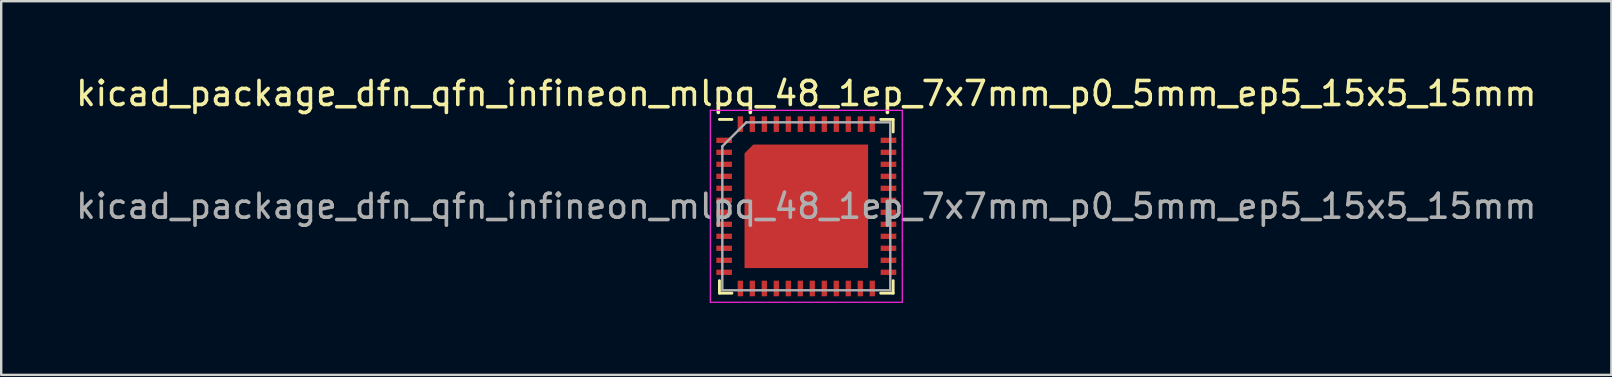
<source format=kicad_pcb>
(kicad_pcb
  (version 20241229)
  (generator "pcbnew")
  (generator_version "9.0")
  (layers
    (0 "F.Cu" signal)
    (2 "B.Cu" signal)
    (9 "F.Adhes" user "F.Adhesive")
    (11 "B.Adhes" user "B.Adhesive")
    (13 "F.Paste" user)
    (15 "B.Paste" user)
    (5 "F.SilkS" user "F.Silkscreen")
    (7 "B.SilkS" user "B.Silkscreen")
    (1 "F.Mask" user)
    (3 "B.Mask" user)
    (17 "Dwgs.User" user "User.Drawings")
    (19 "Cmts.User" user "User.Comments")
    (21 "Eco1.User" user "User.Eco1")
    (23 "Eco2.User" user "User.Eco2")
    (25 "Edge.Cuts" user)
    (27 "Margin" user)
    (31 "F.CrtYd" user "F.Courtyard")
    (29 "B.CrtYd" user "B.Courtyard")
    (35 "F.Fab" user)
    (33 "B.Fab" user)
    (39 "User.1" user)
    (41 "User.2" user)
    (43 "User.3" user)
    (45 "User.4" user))
  (footprint "kicad_package_dfn_qfn_infineon_mlpq_48_1ep_7x7mm_p0_5mm_ep5_15x5_15mm"
    (layer "F.Cu")
    (at 30.554 5.548)
    (property "Reference" "kicad_package_dfn_qfn_infineon_mlpq_48_1ep_7x7mm_p0_5mm_ep5_15x5_15mm" (at 0 -4.7 0) (layer "F.SilkS") (effects (font (size 1 1) (thickness 0.15))))
    (attr smd)
    (fp_line (start -3.62 -3.62) (end -3.1 -3.62) (stroke (width 0.12) (type solid)) (layer "F.SilkS"))
    (fp_line (start -3.62 3.62) (end -3.62 3.1) (stroke (width 0.12) (type solid)) (layer "F.SilkS"))
    (fp_line (start -3.1 3.62) (end -3.62 3.62) (stroke (width 0.12) (type solid)) (layer "F.SilkS"))
    (fp_line (start 3.1 -3.62) (end 3.62 -3.62) (stroke (width 0.12) (type solid)) (layer "F.SilkS"))
    (fp_line (start 3.1 3.62) (end 3.62 3.62) (stroke (width 0.12) (type solid)) (layer "F.SilkS"))
    (fp_line (start 3.62 -3.1) (end 3.62 -3.62) (stroke (width 0.12) (type solid)) (layer "F.SilkS"))
    (fp_line (start 3.62 3.62) (end 3.62 3.1) (stroke (width 0.12) (type solid)) (layer "F.SilkS"))
    (fp_line (start -4 -4) (end -4 4) (stroke (width 0.05) (type solid)) (layer "F.CrtYd"))
    (fp_line (start -4 4) (end 4 4) (stroke (width 0.05) (type solid)) (layer "F.CrtYd"))
    (fp_line (start 4 -4) (end -4 -4) (stroke (width 0.05) (type solid)) (layer "F.CrtYd"))
    (fp_line (start 4 4) (end 4 -4) (stroke (width 0.05) (type solid)) (layer "F.CrtYd"))
    (fp_line (start -3.5 3.5) (end -3.5 -2.5) (stroke (width 0.1) (type solid)) (layer "F.Fab"))
    (fp_line (start -2.5 -3.5) (end -3.5 -2.5) (stroke (width 0.1) (type solid)) (layer "F.Fab"))
    (fp_line (start 3.5 -3.5) (end -2.5 -3.5) (stroke (width 0.1) (type solid)) (layer "F.Fab"))
    (fp_line (start 3.5 -3.5) (end 3.5 3.5) (stroke (width 0.1) (type solid)) (layer "F.Fab"))
    (fp_line (start 3.5 3.5) (end -3.5 3.5) (stroke (width 0.1) (type solid)) (layer "F.Fab"))
    (fp_text user "${REFERENCE}" (at 0 0 0) (layer "F.Fab") (effects (font (size 1 1) (thickness 0.15))))
    (pad "" smd rect (at -3.425 -2.75) (size 0.55 0.22) (layers "F.Paste"))
    (pad "" smd rect (at -3.425 -2.25) (size 0.55 0.22) (layers "F.Paste"))
    (pad "" smd rect (at -3.425 -1.75) (size 0.55 0.22) (layers "F.Paste"))
    (pad "" smd rect (at -3.425 -1.25) (size 0.55 0.22) (layers "F.Paste"))
    (pad "" smd rect (at -3.425 -0.75) (size 0.55 0.22) (layers "F.Paste"))
    (pad "" smd rect (at -3.425 -0.25) (size 0.55 0.22) (layers "F.Paste"))
    (pad "" smd rect (at -3.425 0.25) (size 0.55 0.22) (layers "F.Paste"))
    (pad "" smd rect (at -3.425 0.75) (size 0.55 0.22) (layers "F.Paste"))
    (pad "" smd rect (at -3.425 1.25) (size 0.55 0.22) (layers "F.Paste"))
    (pad "" smd rect (at -3.425 1.75) (size 0.55 0.22) (layers "F.Paste"))
    (pad "" smd rect (at -3.425 2.25) (size 0.55 0.22) (layers "F.Paste"))
    (pad "" smd rect (at -3.425 2.75) (size 0.55 0.22) (layers "F.Paste"))
    (pad "" smd rect (at -2.75 -3.425) (size 0.22 0.55) (layers "F.Paste"))
    (pad "" smd rect (at -2.75 3.425) (size 0.22 0.55) (layers "F.Paste"))
    (pad "" smd rect (at -2.25 -3.425) (size 0.22 0.55) (layers "F.Paste"))
    (pad "" smd rect (at -2.25 3.425) (size 0.22 0.55) (layers "F.Paste"))
    (pad "" smd rect (at -2.186 -2.186 45) (size 0.479 0.479) (layers "F.Paste"))
    (pad "" smd rect (at -2.025 -1.855) (size 1 0.661) (layers "F.Paste"))
    (pad "" smd rect (at -2.025 -0.675) (size 1 1) (layers "F.Paste"))
    (pad "" smd rect (at -2.025 0.675) (size 1 1) (layers "F.Paste"))
    (pad "" smd rect (at -2.025 2.025) (size 1 1) (layers "F.Paste"))
    (pad "" smd rect (at -1.855 -2.356) (size 0.661 0.339) (layers "F.Paste"))
    (pad "" smd rect (at -1.75 -3.425) (size 0.22 0.55) (layers "F.Paste"))
    (pad "" smd rect (at -1.75 3.425) (size 0.22 0.55) (layers "F.Paste"))
    (pad "" smd rect (at -1.25 -3.425) (size 0.22 0.55) (layers "F.Paste"))
    (pad "" smd rect (at -1.25 3.425) (size 0.22 0.55) (layers "F.Paste"))
    (pad "" smd rect (at -0.75 -3.425) (size 0.22 0.55) (layers "F.Paste"))
    (pad "" smd rect (at -0.75 3.425) (size 0.22 0.55) (layers "F.Paste"))
    (pad "" smd rect (at -0.675 -2.025) (size 1 1) (layers "F.Paste"))
    (pad "" smd rect (at -0.675 -0.675) (size 1 1) (layers "F.Paste"))
    (pad "" smd rect (at -0.675 0.675) (size 1 1) (layers "F.Paste"))
    (pad "" smd rect (at -0.675 2.025) (size 1 1) (layers "F.Paste"))
    (pad "" smd rect (at -0.25 -3.425) (size 0.22 0.55) (layers "F.Paste"))
    (pad "" smd rect (at -0.25 3.425) (size 0.22 0.55) (layers "F.Paste"))
    (pad "" smd rect (at 0.25 -3.425) (size 0.22 0.55) (layers "F.Paste"))
    (pad "" smd rect (at 0.25 3.425) (size 0.22 0.55) (layers "F.Paste"))
    (pad "" smd rect (at 0.675 -2.025) (size 1 1) (layers "F.Paste"))
    (pad "" smd rect (at 0.675 -0.675) (size 1 1) (layers "F.Paste"))
    (pad "" smd rect (at 0.675 0.675) (size 1 1) (layers "F.Paste"))
    (pad "" smd rect (at 0.675 2.025) (size 1 1) (layers "F.Paste"))
    (pad "" smd rect (at 0.75 -3.425) (size 0.22 0.55) (layers "F.Paste"))
    (pad "" smd rect (at 0.75 3.425) (size 0.22 0.55) (layers "F.Paste"))
    (pad "" smd rect (at 1.25 -3.425) (size 0.22 0.55) (layers "F.Paste"))
    (pad "" smd rect (at 1.25 3.425) (size 0.22 0.55) (layers "F.Paste"))
    (pad "" smd rect (at 1.75 -3.425) (size 0.22 0.55) (layers "F.Paste"))
    (pad "" smd rect (at 1.75 3.425) (size 0.22 0.55) (layers "F.Paste"))
    (pad "" smd rect (at 2.025 -2.025) (size 1 1) (layers "F.Paste"))
    (pad "" smd rect (at 2.025 -0.675) (size 1 1) (layers "F.Paste"))
    (pad "" smd rect (at 2.025 0.675) (size 1 1) (layers "F.Paste"))
    (pad "" smd rect (at 2.025 2.025) (size 1 1) (layers "F.Paste"))
    (pad "" smd rect (at 2.25 -3.425) (size 0.22 0.55) (layers "F.Paste"))
    (pad "" smd rect (at 2.25 3.425) (size 0.22 0.55) (layers "F.Paste"))
    (pad "" smd rect (at 2.75 -3.425) (size 0.22 0.55) (layers "F.Paste"))
    (pad "" smd rect (at 2.75 3.425) (size 0.22 0.55) (layers "F.Paste"))
    (pad "" smd rect (at 3.425 -2.75) (size 0.55 0.22) (layers "F.Paste"))
    (pad "" smd rect (at 3.425 -2.25) (size 0.55 0.22) (layers "F.Paste"))
    (pad "" smd rect (at 3.425 -1.75) (size 0.55 0.22) (layers "F.Paste"))
    (pad "" smd rect (at 3.425 -1.25) (size 0.55 0.22) (layers "F.Paste"))
    (pad "" smd rect (at 3.425 -0.75) (size 0.55 0.22) (layers "F.Paste"))
    (pad "" smd rect (at 3.425 -0.25) (size 0.55 0.22) (layers "F.Paste"))
    (pad "" smd rect (at 3.425 0.25) (size 0.55 0.22) (layers "F.Paste"))
    (pad "" smd rect (at 3.425 0.75) (size 0.55 0.22) (layers "F.Paste"))
    (pad "" smd rect (at 3.425 1.25) (size 0.55 0.22) (layers "F.Paste"))
    (pad "" smd rect (at 3.425 1.75) (size 0.55 0.22) (layers "F.Paste"))
    (pad "" smd rect (at 3.425 2.25) (size 0.55 0.22) (layers "F.Paste"))
    (pad "" smd rect (at 3.425 2.75) (size 0.55 0.22) (layers "F.Paste"))
    (pad "1" smd rect (at -3.425 -2.75) (size 0.65 0.22) (layers "F.Cu" "F.Mask"))
    (pad "2" smd rect (at -3.425 -2.25) (size 0.65 0.22) (layers "F.Cu" "F.Mask"))
    (pad "3" smd rect (at -3.425 -1.75) (size 0.65 0.22) (layers "F.Cu" "F.Mask"))
    (pad "4" smd rect (at -3.425 -1.25) (size 0.65 0.22) (layers "F.Cu" "F.Mask"))
    (pad "5" smd rect (at -3.425 -0.75) (size 0.65 0.22) (layers "F.Cu" "F.Mask"))
    (pad "6" smd rect (at -3.425 -0.25) (size 0.65 0.22) (layers "F.Cu" "F.Mask"))
    (pad "7" smd rect (at -3.425 0.25) (size 0.65 0.22) (layers "F.Cu" "F.Mask"))
    (pad "8" smd rect (at -3.425 0.75) (size 0.65 0.22) (layers "F.Cu" "F.Mask"))
    (pad "9" smd rect (at -3.425 1.25) (size 0.65 0.22) (layers "F.Cu" "F.Mask"))
    (pad "10" smd rect (at -3.425 1.75) (size 0.65 0.22) (layers "F.Cu" "F.Mask"))
    (pad "11" smd rect (at -3.425 2.25) (size 0.65 0.22) (layers "F.Cu" "F.Mask"))
    (pad "12" smd rect (at -3.425 2.75) (size 0.65 0.22) (layers "F.Cu" "F.Mask"))
    (pad "13" smd rect (at -2.75 3.425) (size 0.22 0.65) (layers "F.Cu" "F.Mask"))
    (pad "14" smd rect (at -2.25 3.425) (size 0.22 0.65) (layers "F.Cu" "F.Mask"))
    (pad "15" smd rect (at -1.75 3.425) (size 0.22 0.65) (layers "F.Cu" "F.Mask"))
    (pad "16" smd rect (at -1.25 3.425) (size 0.22 0.65) (layers "F.Cu" "F.Mask"))
    (pad "17" smd rect (at -0.75 3.425) (size 0.22 0.65) (layers "F.Cu" "F.Mask"))
    (pad "18" smd rect (at -0.25 3.425) (size 0.22 0.65) (layers "F.Cu" "F.Mask"))
    (pad "19" smd rect (at 0.25 3.425) (size 0.22 0.65) (layers "F.Cu" "F.Mask"))
    (pad "20" smd rect (at 0.75 3.425) (size 0.22 0.65) (layers "F.Cu" "F.Mask"))
    (pad "21" smd rect (at 1.25 3.425) (size 0.22 0.65) (layers "F.Cu" "F.Mask"))
    (pad "22" smd rect (at 1.75 3.425) (size 0.22 0.65) (layers "F.Cu" "F.Mask"))
    (pad "23" smd rect (at 2.25 3.425) (size 0.22 0.65) (layers "F.Cu" "F.Mask"))
    (pad "24" smd rect (at 2.75 3.425) (size 0.22 0.65) (layers "F.Cu" "F.Mask"))
    (pad "25" smd rect (at 3.425 2.75) (size 0.65 0.22) (layers "F.Cu" "F.Mask"))
    (pad "26" smd rect (at 3.425 2.25) (size 0.65 0.22) (layers "F.Cu" "F.Mask"))
    (pad "27" smd rect (at 3.425 1.75) (size 0.65 0.22) (layers "F.Cu" "F.Mask"))
    (pad "28" smd rect (at 3.425 1.25) (size 0.65 0.22) (layers "F.Cu" "F.Mask"))
    (pad "29" smd rect (at 3.425 0.75) (size 0.65 0.22) (layers "F.Cu" "F.Mask"))
    (pad "30" smd rect (at 3.425 0.25) (size 0.65 0.22) (layers "F.Cu" "F.Mask"))
    (pad "31" smd rect (at 3.425 -0.25) (size 0.65 0.22) (layers "F.Cu" "F.Mask"))
    (pad "32" smd rect (at 3.425 -0.75) (size 0.65 0.22) (layers "F.Cu" "F.Mask"))
    (pad "33" smd rect (at 3.425 -1.25) (size 0.65 0.22) (layers "F.Cu" "F.Mask"))
    (pad "34" smd rect (at 3.425 -1.75) (size 0.65 0.22) (layers "F.Cu" "F.Mask"))
    (pad "35" smd rect (at 3.425 -2.25) (size 0.65 0.22) (layers "F.Cu" "F.Mask"))
    (pad "36" smd rect (at 3.425 -2.75) (size 0.65 0.22) (layers "F.Cu" "F.Mask"))
    (pad "37" smd rect (at 2.75 -3.425) (size 0.22 0.65) (layers "F.Cu" "F.Mask"))
    (pad "38" smd rect (at 2.25 -3.425) (size 0.22 0.65) (layers "F.Cu" "F.Mask"))
    (pad "39" smd rect (at 1.75 -3.425) (size 0.22 0.65) (layers "F.Cu" "F.Mask"))
    (pad "40" smd rect (at 1.25 -3.425) (size 0.22 0.65) (layers "F.Cu" "F.Mask"))
    (pad "41" smd rect (at 0.75 -3.425) (size 0.22 0.65) (layers "F.Cu" "F.Mask"))
    (pad "42" smd rect (at 0.25 -3.425) (size 0.22 0.65) (layers "F.Cu" "F.Mask"))
    (pad "43" smd rect (at -0.25 -3.425) (size 0.22 0.65) (layers "F.Cu" "F.Mask"))
    (pad "44" smd rect (at -0.75 -3.425) (size 0.22 0.65) (layers "F.Cu" "F.Mask"))
    (pad "45" smd rect (at -1.25 -3.425) (size 0.22 0.65) (layers "F.Cu" "F.Mask"))
    (pad "46" smd rect (at -1.75 -3.425) (size 0.22 0.65) (layers "F.Cu" "F.Mask"))
    (pad "47" smd rect (at -2.25 -3.425) (size 0.22 0.65) (layers "F.Cu" "F.Mask"))
    (pad "48" smd rect (at -2.75 -3.425) (size 0.22 0.65) (layers "F.Cu" "F.Mask"))
    (pad "49" smd custom (at 0 0) (size 4 4) (layers "F.Cu" "F.Mask") (options (anchor rect)) (primitives (gr_poly (pts (xy -2.575 -2.207) (xy -2.207 -2.575) (xy 2.575 -2.575) (xy 2.575 2.575) (xy -2.575 2.575)) (width 0) (fill yes)))))
  (gr_rect
    (start -3 -3)
    (end 64.107 12.573)
    (stroke (width 0.1) (type default))
    (fill no)
    (layer "Edge.Cuts")))
</source>
